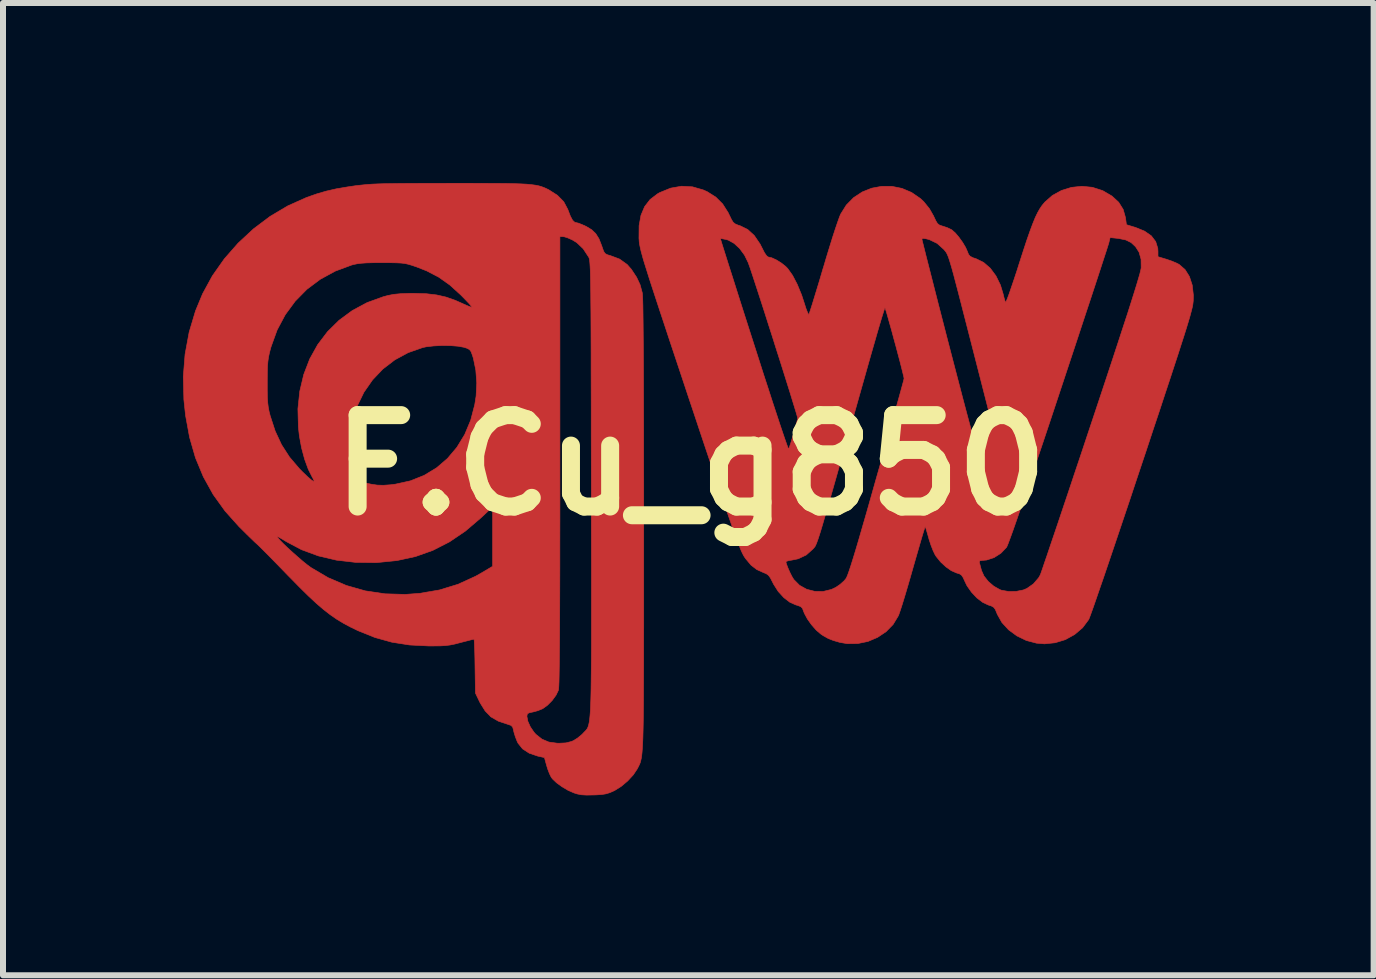
<source format=kicad_pcb>
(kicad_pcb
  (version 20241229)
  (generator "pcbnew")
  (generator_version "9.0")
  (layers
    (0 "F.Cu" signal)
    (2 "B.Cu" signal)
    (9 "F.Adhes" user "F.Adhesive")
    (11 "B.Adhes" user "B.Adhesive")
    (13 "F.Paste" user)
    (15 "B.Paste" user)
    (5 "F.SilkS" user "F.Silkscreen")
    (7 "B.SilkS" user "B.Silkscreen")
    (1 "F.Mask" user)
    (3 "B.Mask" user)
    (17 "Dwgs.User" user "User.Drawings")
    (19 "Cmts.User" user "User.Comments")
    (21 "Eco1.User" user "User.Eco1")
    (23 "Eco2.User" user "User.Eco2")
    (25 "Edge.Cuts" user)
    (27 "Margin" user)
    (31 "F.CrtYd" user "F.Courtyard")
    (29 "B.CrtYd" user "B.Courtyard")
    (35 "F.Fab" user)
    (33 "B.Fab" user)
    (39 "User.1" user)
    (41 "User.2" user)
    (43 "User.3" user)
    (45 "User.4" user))
  (footprint "F.Cu_g850"
    (layer "F.Cu")
    (at 8.463 4.704)
    (property "Reference" "F.Cu_g850" (at 0 0 0) (layer "F.SilkS") (effects (font (size 1.524 1.524) (thickness 0.3))))
    (attr through_hole)
    (fp_poly (pts (xy -3.476 -4.698) (xy -3.27 -4.697) (xy -3.096 -4.696) (xy -2.951 -4.693) (xy -2.831 -4.689) (xy -2.733 -4.684) (xy -2.652 -4.676) (xy -2.586 -4.667) (xy -2.531 -4.656) (xy -2.484 -4.642) (xy -2.441 -4.626) (xy -2.399 -4.607) (xy -2.365 -4.59) (xy -2.222 -4.499) (xy -2.116 -4.391) (xy -2.048 -4.263) (xy -2.045 -4.254) (xy -2.005 -4.15) (xy -1.969 -4.083) (xy -1.933 -4.049) (xy -1.908 -4.043) (xy -1.87 -4.034) (xy -1.809 -4.01) (xy -1.739 -3.978) (xy -1.65 -3.924) (xy -1.583 -3.86) (xy -1.529 -3.774) (xy -1.483 -3.657) (xy -1.473 -3.627) (xy -1.45 -3.563) (xy -1.425 -3.527) (xy -1.387 -3.507) (xy -1.338 -3.493) (xy -1.186 -3.436) (xy -1.059 -3.345) (xy -0.989 -3.265) (xy -0.902 -3.133) (xy -0.844 -3.01) (xy -0.809 -2.881) (xy -0.806 -2.869) (xy -0.803 -2.835) (xy -0.8 -2.768) (xy -0.797 -2.668) (xy -0.795 -2.534) (xy -0.793 -2.366) (xy -0.791 -2.162) (xy -0.789 -1.923) (xy -0.787 -1.646) (xy -0.786 -1.332) (xy -0.785 -0.979) (xy -0.784 -0.587) (xy -0.784 -0.155) (xy -0.783 0.317) (xy -0.783 0.831) (xy -0.783 0.994) (xy -0.783 1.468) (xy -0.783 1.902) (xy -0.783 2.297) (xy -0.783 2.655) (xy -0.784 2.979) (xy -0.784 3.269) (xy -0.785 3.529) (xy -0.786 3.76) (xy -0.787 3.964) (xy -0.789 4.142) (xy -0.791 4.297) (xy -0.794 4.431) (xy -0.797 4.545) (xy -0.801 4.641) (xy -0.806 4.722) (xy -0.811 4.788) (xy -0.817 4.843) (xy -0.824 4.888) (xy -0.832 4.924) (xy -0.84 4.955) (xy -0.85 4.981) (xy -0.861 5.004) (xy -0.872 5.027) (xy -0.885 5.051) (xy -0.891 5.063) (xy -0.957 5.162) (xy -1.05 5.263) (xy -1.158 5.354) (xy -1.268 5.423) (xy -1.281 5.429) (xy -1.349 5.459) (xy -1.411 5.478) (xy -1.484 5.49) (xy -1.579 5.496) (xy -1.619 5.497) (xy -1.734 5.499) (xy -1.821 5.494) (xy -1.892 5.48) (xy -1.943 5.464) (xy -2.044 5.42) (xy -2.145 5.36) (xy -2.236 5.294) (xy -2.304 5.229) (xy -2.326 5.199) (xy -2.354 5.142) (xy -2.384 5.064) (xy -2.402 5.004) (xy -2.438 4.874) (xy -2.55 4.849) (xy -2.691 4.801) (xy -2.802 4.729) (xy -2.878 4.634) (xy -2.894 4.601) (xy -2.924 4.524) (xy -2.947 4.447) (xy -2.953 4.419) (xy -2.967 4.367) (xy -2.994 4.338) (xy -3.046 4.32) (xy -3.056 4.317) (xy -3.208 4.266) (xy -3.329 4.196) (xy -3.337 4.188) (xy -2.73 4.188) (xy -2.714 4.27) (xy -2.672 4.363) (xy -2.611 4.452) (xy -2.581 4.486) (xy -2.479 4.567) (xy -2.365 4.615) (xy -2.228 4.634) (xy -2.192 4.635) (xy -2.079 4.629) (xy -1.989 4.606) (xy -1.955 4.592) (xy -1.885 4.548) (xy -1.814 4.49) (xy -1.791 4.466) (xy -1.774 4.448) (xy -1.758 4.432) (xy -1.744 4.417) (xy -1.731 4.401) (xy -1.719 4.381) (xy -1.709 4.356) (xy -1.7 4.325) (xy -1.691 4.284) (xy -1.684 4.233) (xy -1.678 4.17) (xy -1.672 4.092) (xy -1.668 3.998) (xy -1.664 3.886) (xy -1.661 3.754) (xy -1.659 3.6) (xy -1.657 3.423) (xy -1.655 3.221) (xy -1.654 2.991) (xy -1.654 2.732) (xy -1.654 2.443) (xy -1.654 2.12) (xy -1.654 1.763) (xy -1.655 1.369) (xy -1.656 0.937) (xy -1.656 0.465) (xy -1.656 0.381) (xy -1.657 -0.088) (xy -1.658 -0.517) (xy -1.658 -0.908) (xy -1.659 -1.261) (xy -1.66 -1.58) (xy -1.66 -1.866) (xy -1.661 -2.12) (xy -1.662 -2.345) (xy -1.663 -2.543) (xy -1.665 -2.715) (xy -1.666 -2.864) (xy -1.668 -2.991) (xy -1.67 -3.098) (xy -1.672 -3.186) (xy -1.674 -3.259) (xy -1.677 -3.317) (xy -1.68 -3.362) (xy -1.683 -3.397) (xy -1.686 -3.423) (xy -1.69 -3.443) (xy -1.695 -3.457) (xy -1.7 -3.468) (xy -1.702 -3.471) (xy -1.793 -3.609) (xy -1.899 -3.71) (xy -1.973 -3.755) (xy -2.042 -3.786) (xy -2.103 -3.806) (xy -2.131 -3.81) (xy -2.18 -3.81) (xy -2.18 -0.071) (xy -2.18 0.427) (xy -2.18 0.885) (xy -2.181 1.303) (xy -2.181 1.683) (xy -2.182 2.026) (xy -2.183 2.333) (xy -2.184 2.607) (xy -2.185 2.847) (xy -2.187 3.056) (xy -2.189 3.234) (xy -2.191 3.384) (xy -2.193 3.506) (xy -2.195 3.603) (xy -2.198 3.674) (xy -2.201 3.722) (xy -2.204 3.748) (xy -2.205 3.751) (xy -2.244 3.833) (xy -2.309 3.922) (xy -2.388 4.002) (xy -2.467 4.059) (xy -2.474 4.062) (xy -2.548 4.092) (xy -2.629 4.114) (xy -2.641 4.116) (xy -2.697 4.129) (xy -2.723 4.147) (xy -2.73 4.181) (xy -2.73 4.188) (xy -3.337 4.188) (xy -3.425 4.098) (xy -3.507 3.967) (xy -3.522 3.937) (xy -3.588 3.799) (xy -3.595 3.35) (xy -3.597 3.217) (xy -3.6 3.1) (xy -3.604 3.004) (xy -3.607 2.936) (xy -3.611 2.902) (xy -3.612 2.9) (xy -3.635 2.905) (xy -3.691 2.919) (xy -3.769 2.939) (xy -3.838 2.957) (xy -3.93 2.981) (xy -4.009 2.997) (xy -4.086 3.007) (xy -4.175 3.012) (xy -4.287 3.013) (xy -4.371 3.013) (xy -4.686 2.997) (xy -4.98 2.951) (xy -5.264 2.872) (xy -5.547 2.758) (xy -5.673 2.697) (xy -5.79 2.634) (xy -5.901 2.567) (xy -6.009 2.492) (xy -6.12 2.406) (xy -6.239 2.304) (xy -6.37 2.182) (xy -6.518 2.036) (xy -6.688 1.863) (xy -6.71 1.841) (xy -6.826 1.721) (xy -6.935 1.609) (xy -7.033 1.509) (xy -7.116 1.426) (xy -7.18 1.362) (xy -7.22 1.323) (xy -7.228 1.316) (xy -7.266 1.282) (xy -7.325 1.225) (xy -7.36 1.191) (xy -6.892 1.191) (xy -6.883 1.21) (xy -6.847 1.251) (xy -6.791 1.308) (xy -6.719 1.377) (xy -6.638 1.451) (xy -6.553 1.526) (xy -6.471 1.597) (xy -6.397 1.657) (xy -6.336 1.702) (xy -6.329 1.707) (xy -6.042 1.876) (xy -5.74 2.005) (xy -5.424 2.095) (xy -5.096 2.144) (xy -4.756 2.154) (xy -4.516 2.136) (xy -4.188 2.08) (xy -3.878 1.985) (xy -3.585 1.851) (xy -3.486 1.795) (xy -3.302 1.686) (xy -3.302 0.695) (xy -3.498 0.879) (xy -3.756 1.099) (xy -4.022 1.279) (xy -4.298 1.42) (xy -4.588 1.523) (xy -4.897 1.59) (xy -5.227 1.623) (xy -5.252 1.624) (xy -5.586 1.62) (xy -5.905 1.583) (xy -6.207 1.512) (xy -6.486 1.409) (xy -6.741 1.274) (xy -6.76 1.262) (xy -6.823 1.224) (xy -6.87 1.198) (xy -6.892 1.191) (xy -6.892 1.191) (xy -7.36 1.191) (xy -7.401 1.151) (xy -7.485 1.067) (xy -7.527 1.026) (xy -7.761 0.765) (xy -7.96 0.488) (xy -8.124 0.192) (xy -8.255 -0.124) (xy -8.353 -0.464) (xy -8.42 -0.829) (xy -8.448 -1.092) (xy -8.455 -1.376) (xy -7.058 -1.376) (xy -7.058 -1.233) (xy -7.056 -1.124) (xy -7.05 -1.038) (xy -7.041 -0.965) (xy -7.028 -0.897) (xy -7.01 -0.826) (xy -6.926 -0.568) (xy -6.82 -0.341) (xy -6.688 -0.136) (xy -6.523 0.058) (xy -6.471 0.111) (xy -6.382 0.196) (xy -6.32 0.249) (xy -6.285 0.271) (xy -6.277 0.262) (xy -6.296 0.221) (xy -6.306 0.204) (xy -6.374 0.069) (xy -6.435 -0.098) (xy -6.486 -0.287) (xy -6.505 -0.391) (xy -5.671 -0.391) (xy -5.669 -0.217) (xy -5.655 -0.048) (xy -5.63 0.102) (xy -5.596 0.221) (xy -5.57 0.247) (xy -5.509 0.272) (xy -5.412 0.298) (xy -5.326 0.317) (xy -5.226 0.332) (xy -5.124 0.335) (xy -5.007 0.327) (xy -4.92 0.316) (xy -4.672 0.261) (xy -4.444 0.17) (xy -4.237 0.045) (xy -4.054 -0.112) (xy -3.897 -0.298) (xy -3.767 -0.511) (xy -3.667 -0.75) (xy -3.599 -1.011) (xy -3.577 -1.152) (xy -3.566 -1.369) (xy -3.582 -1.585) (xy -3.623 -1.784) (xy -3.637 -1.828) (xy -3.66 -1.891) (xy -3.687 -1.927) (xy -3.729 -1.949) (xy -3.778 -1.965) (xy -3.877 -1.983) (xy -4.004 -1.993) (xy -4.143 -1.995) (xy -4.282 -1.988) (xy -4.405 -1.974) (xy -4.466 -1.961) (xy -4.709 -1.876) (xy -4.931 -1.756) (xy -5.131 -1.603) (xy -5.303 -1.422) (xy -5.447 -1.215) (xy -5.559 -0.985) (xy -5.635 -0.735) (xy -5.64 -0.71) (xy -5.662 -0.559) (xy -5.671 -0.391) (xy -6.505 -0.391) (xy -6.523 -0.489) (xy -6.539 -0.634) (xy -6.547 -0.94) (xy -6.516 -1.233) (xy -6.45 -1.511) (xy -6.35 -1.771) (xy -6.217 -2.01) (xy -6.053 -2.226) (xy -5.86 -2.416) (xy -5.64 -2.578) (xy -5.394 -2.71) (xy -5.124 -2.808) (xy -5.045 -2.829) (xy -4.948 -2.848) (xy -4.83 -2.859) (xy -4.683 -2.864) (xy -4.604 -2.864) (xy -4.406 -2.858) (xy -4.236 -2.838) (xy -4.081 -2.803) (xy -3.927 -2.749) (xy -3.812 -2.698) (xy -3.739 -2.665) (xy -3.682 -2.642) (xy -3.65 -2.633) (xy -3.646 -2.633) (xy -3.657 -2.651) (xy -3.692 -2.692) (xy -3.748 -2.751) (xy -3.818 -2.823) (xy -3.835 -2.84) (xy -4.016 -3.004) (xy -4.2 -3.134) (xy -4.399 -3.238) (xy -4.572 -3.306) (xy -4.646 -3.331) (xy -4.707 -3.349) (xy -4.764 -3.362) (xy -4.826 -3.369) (xy -4.902 -3.373) (xy -5.002 -3.375) (xy -5.135 -3.376) (xy -5.144 -3.376) (xy -5.29 -3.375) (xy -5.403 -3.372) (xy -5.49 -3.366) (xy -5.561 -3.357) (xy -5.623 -3.344) (xy -5.652 -3.336) (xy -5.924 -3.235) (xy -6.174 -3.099) (xy -6.397 -2.932) (xy -6.592 -2.734) (xy -6.758 -2.508) (xy -6.893 -2.255) (xy -6.993 -1.979) (xy -7.001 -1.953) (xy -7.022 -1.872) (xy -7.037 -1.802) (xy -7.047 -1.732) (xy -7.054 -1.653) (xy -7.057 -1.554) (xy -7.058 -1.425) (xy -7.058 -1.376) (xy -8.455 -1.376) (xy -8.458 -1.473) (xy -8.428 -1.849) (xy -8.36 -2.217) (xy -8.254 -2.572) (xy -8.136 -2.857) (xy -7.973 -3.156) (xy -7.774 -3.439) (xy -7.544 -3.701) (xy -7.288 -3.939) (xy -7.01 -4.148) (xy -6.715 -4.323) (xy -6.407 -4.461) (xy -6.404 -4.462) (xy -6.237 -4.521) (xy -6.076 -4.568) (xy -5.91 -4.606) (xy -5.723 -4.638) (xy -5.588 -4.658) (xy -5.52 -4.666) (xy -5.451 -4.673) (xy -5.38 -4.68) (xy -5.3 -4.685) (xy -5.209 -4.689) (xy -5.103 -4.692) (xy -4.977 -4.694) (xy -4.827 -4.696) (xy -4.65 -4.697) (xy -4.442 -4.698) (xy -4.198 -4.698) (xy -3.996 -4.699) (xy -3.716 -4.699) (xy -3.476 -4.698)) (stroke (width 0.01) (type solid)) (fill yes) (layer "F.Cu"))
    (fp_poly (pts (xy 0.03 -4.64) (xy 0.21 -4.588) (xy 0.275 -4.559) (xy 0.418 -4.469) (xy 0.533 -4.354) (xy 0.625 -4.209) (xy 0.647 -4.163) (xy 0.682 -4.091) (xy 0.71 -4.047) (xy 0.745 -4.02) (xy 0.796 -3.999) (xy 0.826 -3.99) (xy 0.95 -3.929) (xy 1.06 -3.828) (xy 1.156 -3.687) (xy 1.19 -3.62) (xy 1.229 -3.543) (xy 1.265 -3.491) (xy 1.29 -3.471) (xy 1.291 -3.471) (xy 1.351 -3.457) (xy 1.429 -3.421) (xy 1.511 -3.37) (xy 1.583 -3.313) (xy 1.617 -3.278) (xy 1.698 -3.164) (xy 1.776 -3.014) (xy 1.849 -2.837) (xy 1.896 -2.693) (xy 1.922 -2.611) (xy 1.946 -2.55) (xy 1.963 -2.516) (xy 1.97 -2.513) (xy 1.979 -2.536) (xy 1.999 -2.596) (xy 2.028 -2.687) (xy 2.064 -2.805) (xy 2.107 -2.945) (xy 2.155 -3.103) (xy 2.205 -3.274) (xy 2.211 -3.291) (xy 2.264 -3.47) (xy 2.316 -3.64) (xy 2.357 -3.772) (xy 3.855 -3.772) (xy 3.857 -3.752) (xy 3.921 -3.496) (xy 3.989 -3.23) (xy 4.058 -2.959) (xy 4.128 -2.684) (xy 4.199 -2.409) (xy 4.269 -2.137) (xy 4.338 -1.871) (xy 4.405 -1.614) (xy 4.469 -1.369) (xy 4.529 -1.139) (xy 4.585 -0.927) (xy 4.636 -0.736) (xy 4.681 -0.57) (xy 4.719 -0.43) (xy 4.749 -0.32) (xy 4.771 -0.243) (xy 4.784 -0.203) (xy 4.787 -0.197) (xy 4.798 -0.226) (xy 4.819 -0.286) (xy 4.847 -0.372) (xy 4.88 -0.474) (xy 4.894 -0.52) (xy 4.989 -0.818) (xy 4.697 -1.959) (xy 4.623 -2.247) (xy 4.559 -2.496) (xy 4.504 -2.711) (xy 4.457 -2.893) (xy 4.417 -3.045) (xy 4.384 -3.171) (xy 4.356 -3.273) (xy 4.332 -3.355) (xy 4.312 -3.419) (xy 4.296 -3.468) (xy 4.281 -3.504) (xy 4.268 -3.532) (xy 4.255 -3.553) (xy 4.241 -3.571) (xy 4.227 -3.588) (xy 4.218 -3.598) (xy 4.108 -3.697) (xy 3.978 -3.76) (xy 3.919 -3.775) (xy 3.871 -3.781) (xy 3.855 -3.772) (xy 2.357 -3.772) (xy 2.365 -3.798) (xy 2.41 -3.936) (xy 2.449 -4.051) (xy 2.479 -4.135) (xy 2.499 -4.184) (xy 2.594 -4.336) (xy 2.716 -4.46) (xy 2.859 -4.554) (xy 3.016 -4.617) (xy 3.182 -4.648) (xy 3.353 -4.648) (xy 3.521 -4.614) (xy 3.682 -4.546) (xy 3.83 -4.444) (xy 3.885 -4.392) (xy 3.979 -4.276) (xy 4.052 -4.148) (xy 4.053 -4.144) (xy 4.087 -4.072) (xy 4.114 -4.028) (xy 4.146 -4.003) (xy 4.191 -3.987) (xy 4.206 -3.983) (xy 4.277 -3.959) (xy 4.341 -3.929) (xy 4.354 -3.921) (xy 4.408 -3.874) (xy 4.47 -3.801) (xy 4.532 -3.715) (xy 4.583 -3.629) (xy 4.612 -3.563) (xy 4.632 -3.513) (xy 4.659 -3.482) (xy 4.705 -3.458) (xy 4.758 -3.441) (xy 4.882 -3.38) (xy 4.993 -3.284) (xy 5.088 -3.156) (xy 5.163 -3.003) (xy 5.207 -2.857) (xy 5.224 -2.788) (xy 5.24 -2.734) (xy 5.248 -2.714) (xy 5.257 -2.727) (xy 5.278 -2.776) (xy 5.308 -2.856) (xy 5.345 -2.964) (xy 5.389 -3.093) (xy 5.438 -3.241) (xy 5.472 -3.349) (xy 5.543 -3.569) (xy 5.603 -3.752) (xy 5.656 -3.903) (xy 5.702 -4.026) (xy 5.743 -4.127) (xy 5.782 -4.208) (xy 5.82 -4.275) (xy 5.858 -4.331) (xy 5.9 -4.381) (xy 5.901 -4.383) (xy 6.029 -4.496) (xy 6.18 -4.579) (xy 6.347 -4.631) (xy 6.521 -4.649) (xy 6.695 -4.632) (xy 6.86 -4.579) (xy 6.872 -4.574) (xy 7.022 -4.486) (xy 7.134 -4.383) (xy 7.209 -4.263) (xy 7.248 -4.125) (xy 7.249 -4.116) (xy 7.263 -4.009) (xy 7.417 -3.962) (xy 7.566 -3.901) (xy 7.678 -3.823) (xy 7.751 -3.727) (xy 7.786 -3.614) (xy 7.789 -3.559) (xy 7.789 -3.475) (xy 7.932 -3.432) (xy 8.016 -3.403) (xy 8.093 -3.371) (xy 8.141 -3.347) (xy 8.24 -3.261) (xy 8.313 -3.145) (xy 8.36 -3.001) (xy 8.379 -2.834) (xy 8.377 -2.74) (xy 8.374 -2.712) (xy 8.37 -2.679) (xy 8.363 -2.641) (xy 8.352 -2.595) (xy 8.337 -2.538) (xy 8.318 -2.468) (xy 8.293 -2.384) (xy 8.262 -2.282) (xy 8.224 -2.161) (xy 8.178 -2.019) (xy 8.125 -1.853) (xy 8.062 -1.661) (xy 7.99 -1.441) (xy 7.907 -1.191) (xy 7.814 -0.908) (xy 7.708 -0.591) (xy 7.591 -0.237) (xy 7.525 -0.04) (xy 7.419 0.277) (xy 7.317 0.584) (xy 7.218 0.878) (xy 7.124 1.157) (xy 7.036 1.418) (xy 6.954 1.66) (xy 6.88 1.878) (xy 6.813 2.071) (xy 6.756 2.237) (xy 6.709 2.372) (xy 6.672 2.475) (xy 6.647 2.542) (xy 6.635 2.572) (xy 6.532 2.71) (xy 6.399 2.823) (xy 6.245 2.908) (xy 6.075 2.96) (xy 5.898 2.978) (xy 5.765 2.967) (xy 5.594 2.922) (xy 5.436 2.845) (xy 5.299 2.744) (xy 5.188 2.623) (xy 5.111 2.486) (xy 5.105 2.471) (xy 5.078 2.406) (xy 5.051 2.369) (xy 5.01 2.346) (xy 4.962 2.331) (xy 4.868 2.287) (xy 4.77 2.212) (xy 4.68 2.116) (xy 4.605 2.009) (xy 4.572 1.941) (xy 4.541 1.873) (xy 4.514 1.833) (xy 4.48 1.811) (xy 4.43 1.796) (xy 4.345 1.759) (xy 4.253 1.694) (xy 4.166 1.613) (xy 4.81 1.613) (xy 4.813 1.625) (xy 4.824 1.667) (xy 4.841 1.731) (xy 4.848 1.757) (xy 4.889 1.848) (xy 4.961 1.939) (xy 5.052 2.017) (xy 5.151 2.073) (xy 5.179 2.084) (xy 5.296 2.105) (xy 5.424 2.104) (xy 5.544 2.08) (xy 5.604 2.055) (xy 5.712 1.979) (xy 5.8 1.877) (xy 5.826 1.831) (xy 5.837 1.803) (xy 5.86 1.738) (xy 5.894 1.637) (xy 5.94 1.504) (xy 5.995 1.34) (xy 6.06 1.149) (xy 6.133 0.933) (xy 6.213 0.694) (xy 6.3 0.436) (xy 6.392 0.159) (xy 6.49 -0.132) (xy 6.591 -0.436) (xy 6.678 -0.697) (xy 6.81 -1.093) (xy 6.929 -1.452) (xy 7.035 -1.773) (xy 7.129 -2.059) (xy 7.211 -2.311) (xy 7.283 -2.53) (xy 7.343 -2.719) (xy 7.393 -2.878) (xy 7.434 -3.01) (xy 7.465 -3.115) (xy 7.488 -3.195) (xy 7.502 -3.253) (xy 7.509 -3.288) (xy 7.509 -3.292) (xy 7.507 -3.433) (xy 7.474 -3.55) (xy 7.415 -3.642) (xy 7.342 -3.71) (xy 7.254 -3.754) (xy 7.139 -3.778) (xy 7.116 -3.781) (xy 6.991 -3.794) (xy 6.968 -3.699) (xy 6.958 -3.668) (xy 6.936 -3.598) (xy 6.902 -3.494) (xy 6.857 -3.356) (xy 6.803 -3.19) (xy 6.739 -2.995) (xy 6.667 -2.776) (xy 6.587 -2.535) (xy 6.501 -2.274) (xy 6.409 -1.995) (xy 6.312 -1.703) (xy 6.211 -1.398) (xy 6.129 -1.151) (xy 5.999 -0.759) (xy 5.878 -0.397) (xy 5.766 -0.065) (xy 5.665 0.235) (xy 5.575 0.502) (xy 5.495 0.735) (xy 5.426 0.934) (xy 5.369 1.097) (xy 5.323 1.223) (xy 5.29 1.311) (xy 5.269 1.361) (xy 5.264 1.37) (xy 5.17 1.468) (xy 5.056 1.541) (xy 4.933 1.581) (xy 4.864 1.587) (xy 4.821 1.593) (xy 4.81 1.613) (xy 4.166 1.613) (xy 4.164 1.611) (xy 4.09 1.519) (xy 4.072 1.49) (xy 4.041 1.425) (xy 4.006 1.336) (xy 3.974 1.239) (xy 3.967 1.214) (xy 3.944 1.132) (xy 3.925 1.068) (xy 3.912 1.03) (xy 3.91 1.024) (xy 3.902 1.042) (xy 3.885 1.096) (xy 3.859 1.181) (xy 3.826 1.294) (xy 3.787 1.429) (xy 3.743 1.581) (xy 3.706 1.71) (xy 3.658 1.879) (xy 3.611 2.04) (xy 3.567 2.188) (xy 3.528 2.315) (xy 3.495 2.417) (xy 3.471 2.487) (xy 3.46 2.513) (xy 3.374 2.655) (xy 3.257 2.775) (xy 3.115 2.87) (xy 2.955 2.938) (xy 2.785 2.973) (xy 2.61 2.975) (xy 2.487 2.954) (xy 2.377 2.922) (xy 2.291 2.888) (xy 2.209 2.842) (xy 2.169 2.815) (xy 2.092 2.749) (xy 2.014 2.66) (xy 1.945 2.563) (xy 1.895 2.47) (xy 1.881 2.434) (xy 1.863 2.386) (xy 1.835 2.358) (xy 1.784 2.338) (xy 1.752 2.329) (xy 1.653 2.285) (xy 1.553 2.208) (xy 1.459 2.105) (xy 1.382 1.984) (xy 1.366 1.952) (xy 1.329 1.88) (xy 1.297 1.836) (xy 1.259 1.809) (xy 1.21 1.789) (xy 1.1 1.739) (xy 1.006 1.666) (xy 0.96 1.611) (xy 1.587 1.611) (xy 1.597 1.65) (xy 1.621 1.713) (xy 1.653 1.786) (xy 1.687 1.854) (xy 1.718 1.905) (xy 1.72 1.907) (xy 1.815 2.003) (xy 1.934 2.069) (xy 2.068 2.103) (xy 2.208 2.105) (xy 2.346 2.071) (xy 2.418 2.037) (xy 2.491 1.987) (xy 2.558 1.927) (xy 2.587 1.892) (xy 2.601 1.867) (xy 2.619 1.823) (xy 2.642 1.758) (xy 2.671 1.671) (xy 2.706 1.559) (xy 2.749 1.419) (xy 2.799 1.25) (xy 2.857 1.049) (xy 2.925 0.815) (xy 3.002 0.544) (xy 3.089 0.235) (xy 3.1 0.197) (xy 3.172 -0.056) (xy 3.24 -0.298) (xy 3.303 -0.525) (xy 3.362 -0.734) (xy 3.414 -0.922) (xy 3.46 -1.086) (xy 3.498 -1.223) (xy 3.527 -1.33) (xy 3.547 -1.403) (xy 3.556 -1.44) (xy 3.557 -1.443) (xy 3.552 -1.472) (xy 3.537 -1.534) (xy 3.515 -1.623) (xy 3.487 -1.733) (xy 3.454 -1.857) (xy 3.419 -1.989) (xy 3.382 -2.124) (xy 3.347 -2.254) (xy 3.313 -2.374) (xy 3.284 -2.477) (xy 3.261 -2.557) (xy 3.244 -2.609) (xy 3.238 -2.625) (xy 3.23 -2.605) (xy 3.212 -2.548) (xy 3.184 -2.459) (xy 3.149 -2.341) (xy 3.107 -2.198) (xy 3.06 -2.034) (xy 3.008 -1.854) (xy 2.955 -1.667) (xy 2.84 -1.26) (xy 2.736 -0.892) (xy 2.642 -0.561) (xy 2.558 -0.264) (xy 2.483 -0.001) (xy 2.417 0.232) (xy 2.359 0.436) (xy 2.308 0.614) (xy 2.264 0.766) (xy 2.226 0.896) (xy 2.194 1.005) (xy 2.167 1.095) (xy 2.144 1.168) (xy 2.125 1.226) (xy 2.109 1.271) (xy 2.096 1.306) (xy 2.085 1.331) (xy 2.076 1.35) (xy 2.067 1.363) (xy 2.058 1.374) (xy 2.05 1.384) (xy 2.04 1.394) (xy 2.038 1.397) (xy 1.926 1.497) (xy 1.793 1.56) (xy 1.692 1.581) (xy 1.632 1.591) (xy 1.594 1.604) (xy 1.587 1.611) (xy 0.96 1.611) (xy 0.918 1.561) (xy 0.893 1.525) (xy 0.879 1.501) (xy 0.863 1.47) (xy 0.844 1.43) (xy 0.822 1.377) (xy 0.796 1.31) (xy 0.765 1.228) (xy 0.728 1.126) (xy 0.685 1.005) (xy 0.635 0.861) (xy 0.577 0.692) (xy 0.511 0.497) (xy 0.435 0.273) (xy 0.349 0.018) (xy 0.252 -0.271) (xy 0.144 -0.594) (xy 0.024 -0.955) (xy -0.022 -1.091) (xy -0.144 -1.459) (xy -0.254 -1.789) (xy -0.352 -2.083) (xy -0.438 -2.344) (xy -0.514 -2.573) (xy -0.58 -2.774) (xy -0.637 -2.948) (xy -0.686 -3.098) (xy -0.726 -3.226) (xy -0.76 -3.334) (xy -0.788 -3.424) (xy -0.809 -3.5) (xy -0.826 -3.562) (xy -0.838 -3.613) (xy -0.847 -3.656) (xy -0.854 -3.693) (xy -0.858 -3.725) (xy -0.86 -3.756) (xy -0.862 -3.78) (xy 0.494 -3.78) (xy 0.5 -3.76) (xy 0.517 -3.703) (xy 0.546 -3.611) (xy 0.585 -3.487) (xy 0.633 -3.335) (xy 0.69 -3.157) (xy 0.754 -2.955) (xy 0.824 -2.734) (xy 0.9 -2.496) (xy 0.981 -2.243) (xy 1.054 -2.016) (xy 1.138 -1.754) (xy 1.218 -1.503) (xy 1.295 -1.268) (xy 1.365 -1.051) (xy 1.43 -0.854) (xy 1.487 -0.681) (xy 1.536 -0.535) (xy 1.576 -0.418) (xy 1.606 -0.333) (xy 1.625 -0.283) (xy 1.631 -0.27) (xy 1.643 -0.295) (xy 1.663 -0.353) (xy 1.688 -0.434) (xy 1.713 -0.519) (xy 1.741 -0.614) (xy 1.763 -0.697) (xy 1.778 -0.757) (xy 1.783 -0.783) (xy 1.777 -0.809) (xy 1.76 -0.87) (xy 1.731 -0.964) (xy 1.694 -1.085) (xy 1.65 -1.229) (xy 1.598 -1.394) (xy 1.542 -1.573) (xy 1.482 -1.763) (xy 1.419 -1.96) (xy 1.356 -2.16) (xy 1.292 -2.359) (xy 1.231 -2.551) (xy 1.172 -2.734) (xy 1.117 -2.903) (xy 1.068 -3.053) (xy 1.026 -3.181) (xy 0.992 -3.283) (xy 0.967 -3.353) (xy 0.959 -3.376) (xy 0.897 -3.502) (xy 0.816 -3.612) (xy 0.724 -3.697) (xy 0.628 -3.751) (xy 0.591 -3.762) (xy 0.534 -3.773) (xy 0.499 -3.779) (xy 0.494 -3.78) (xy -0.862 -3.78) (xy -0.862 -3.788) (xy -0.862 -3.791) (xy -0.86 -3.993) (xy -0.829 -4.165) (xy -0.768 -4.31) (xy -0.677 -4.428) (xy -0.553 -4.523) (xy -0.516 -4.544) (xy -0.335 -4.618) (xy -0.153 -4.65) (xy 0.03 -4.64)) (stroke (width 0.01) (type solid)) (fill yes) (layer "F.Cu")))
  (gr_rect
    (start -3 -3)
    (end 19.847 13.207)
    (stroke (width 0.1) (type default))
    (fill no)
    (layer "Edge.Cuts")))
</source>
